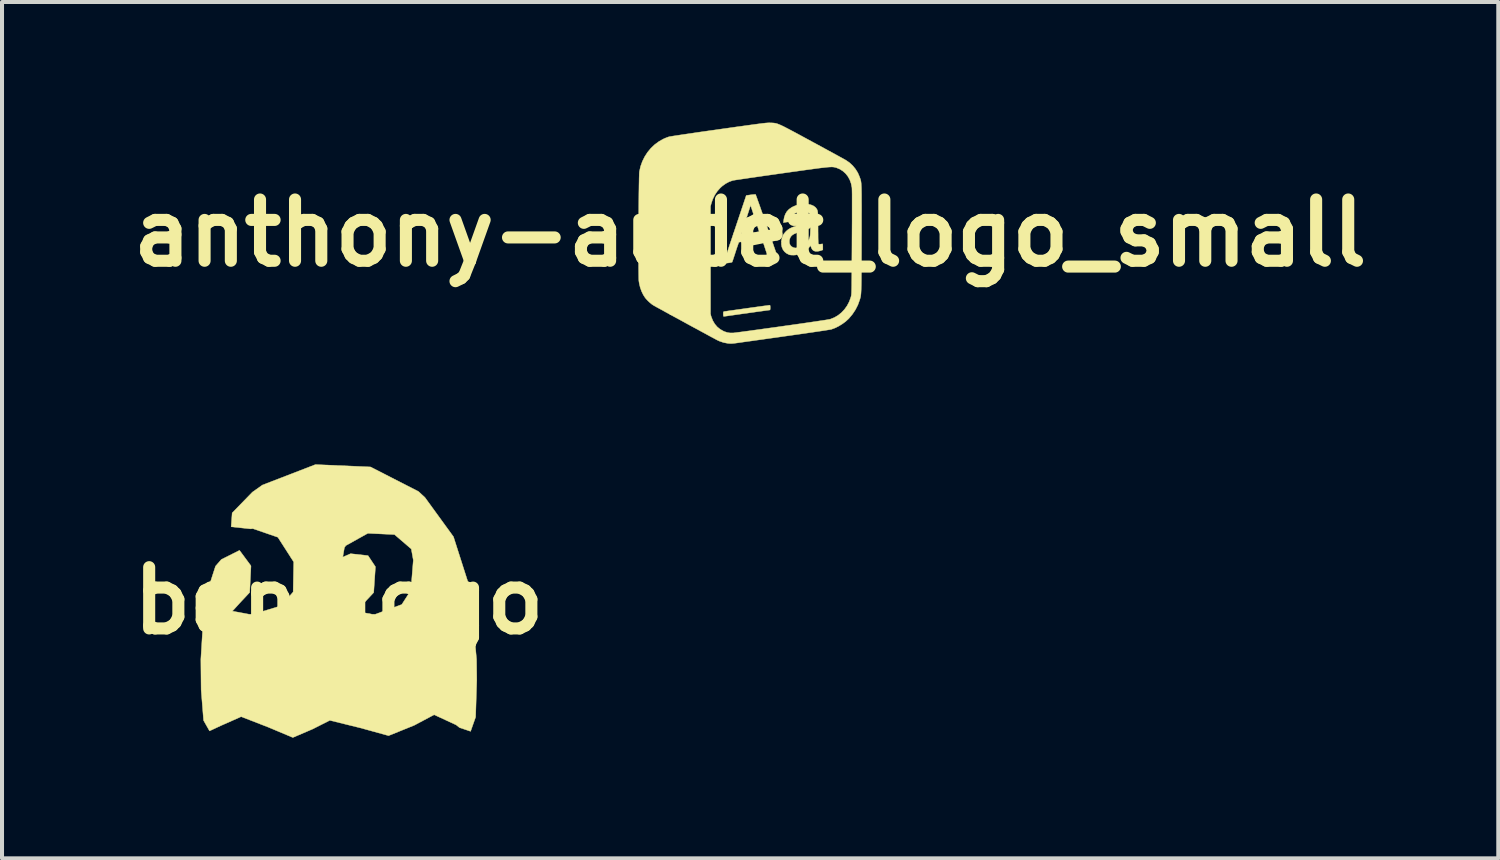
<source format=kicad_pcb>
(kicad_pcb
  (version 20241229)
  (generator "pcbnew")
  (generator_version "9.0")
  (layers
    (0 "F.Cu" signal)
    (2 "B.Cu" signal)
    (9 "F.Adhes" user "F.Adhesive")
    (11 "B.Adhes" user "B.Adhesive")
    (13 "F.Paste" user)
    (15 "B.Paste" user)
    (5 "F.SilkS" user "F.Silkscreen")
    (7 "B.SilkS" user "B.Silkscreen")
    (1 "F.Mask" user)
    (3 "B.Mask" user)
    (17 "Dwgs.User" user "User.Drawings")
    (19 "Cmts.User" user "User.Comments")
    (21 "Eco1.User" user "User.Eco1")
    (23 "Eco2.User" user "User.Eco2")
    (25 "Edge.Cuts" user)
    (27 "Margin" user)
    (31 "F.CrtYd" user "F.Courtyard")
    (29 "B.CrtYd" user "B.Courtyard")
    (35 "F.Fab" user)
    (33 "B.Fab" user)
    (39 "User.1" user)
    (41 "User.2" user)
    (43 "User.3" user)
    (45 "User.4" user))
  (footprint "anthony-audet_logo_small"
    (layer "F.Cu")
    (at 15.61 2.747)
    (property "Reference" "anthony-audet_logo_small" (at 0 0 0) (layer "F.SilkS") (effects (font (size 1.524 1.524) (thickness 0.3))))
    (attr through_hole)
    (fp_poly (pts (xy 0.493 1.797) (xy 0.497 1.807) (xy 0.499 1.828) (xy 0.5 1.854) (xy 0.499 1.883) (xy 0.496 1.905) (xy 0.493 1.913) (xy 0.493 1.913) (xy 0.484 1.915) (xy 0.459 1.918) (xy 0.42 1.923) (xy 0.369 1.93) (xy 0.307 1.939) (xy 0.234 1.949) (xy 0.153 1.96) (xy 0.065 1.973) (xy -0.028 1.986) (xy -0.085 1.994) (xy -0.181 2.007) (xy -0.272 2.02) (xy -0.357 2.032) (xy -0.434 2.043) (xy -0.502 2.052) (xy -0.559 2.061) (xy -0.604 2.067) (xy -0.636 2.071) (xy -0.654 2.074) (xy -0.657 2.074) (xy -0.662 2.07) (xy -0.663 2.069) (xy -0.666 2.058) (xy -0.668 2.035) (xy -0.669 2.01) (xy -0.668 1.981) (xy -0.666 1.965) (xy -0.66 1.957) (xy -0.648 1.953) (xy -0.646 1.952) (xy -0.632 1.95) (xy -0.604 1.946) (xy -0.563 1.94) (xy -0.51 1.932) (xy -0.448 1.924) (xy -0.378 1.914) (xy -0.301 1.903) (xy -0.22 1.892) (xy -0.136 1.88) (xy -0.051 1.868) (xy 0.033 1.856) (xy 0.115 1.845) (xy 0.193 1.834) (xy 0.265 1.824) (xy 0.33 1.815) (xy 0.386 1.808) (xy 0.431 1.802) (xy 0.464 1.797) (xy 0.482 1.795) (xy 0.485 1.795) (xy 0.493 1.797)) (stroke (width 0.01) (type solid)) (fill yes) (layer "F.SilkS"))
    (fp_poly (pts (xy 0.135 -0.96) (xy 0.136 -0.959) (xy 0.139 -0.95) (xy 0.148 -0.927) (xy 0.162 -0.89) (xy 0.179 -0.841) (xy 0.2 -0.782) (xy 0.225 -0.713) (xy 0.252 -0.637) (xy 0.281 -0.553) (xy 0.312 -0.465) (xy 0.345 -0.373) (xy 0.378 -0.279) (xy 0.411 -0.183) (xy 0.445 -0.087) (xy 0.478 0.006) (xy 0.509 0.097) (xy 0.54 0.184) (xy 0.568 0.265) (xy 0.593 0.339) (xy 0.616 0.405) (xy 0.635 0.461) (xy 0.651 0.506) (xy 0.662 0.539) (xy 0.668 0.558) (xy 0.669 0.563) (xy 0.662 0.568) (xy 0.643 0.574) (xy 0.608 0.581) (xy 0.558 0.588) (xy 0.517 0.593) (xy 0.482 0.597) (xy 0.458 0.6) (xy 0.446 0.6) (xy 0.445 0.6) (xy 0.442 0.591) (xy 0.434 0.569) (xy 0.423 0.534) (xy 0.408 0.49) (xy 0.391 0.437) (xy 0.372 0.379) (xy 0.369 0.37) (xy 0.347 0.303) (xy 0.33 0.251) (xy 0.317 0.212) (xy 0.306 0.183) (xy 0.298 0.164) (xy 0.291 0.153) (xy 0.286 0.147) (xy 0.28 0.146) (xy 0.277 0.147) (xy 0.264 0.149) (xy 0.237 0.153) (xy 0.197 0.159) (xy 0.147 0.166) (xy 0.089 0.174) (xy 0.025 0.183) (xy -0.007 0.187) (xy -0.072 0.196) (xy -0.132 0.205) (xy -0.184 0.213) (xy -0.227 0.219) (xy -0.258 0.224) (xy -0.276 0.228) (xy -0.279 0.229) (xy -0.284 0.238) (xy -0.293 0.261) (xy -0.305 0.296) (xy -0.321 0.341) (xy -0.339 0.394) (xy -0.358 0.454) (xy -0.365 0.474) (xy -0.384 0.535) (xy -0.403 0.591) (xy -0.419 0.64) (xy -0.432 0.679) (xy -0.442 0.707) (xy -0.448 0.722) (xy -0.449 0.723) (xy -0.46 0.728) (xy -0.483 0.733) (xy -0.514 0.739) (xy -0.55 0.744) (xy -0.586 0.748) (xy -0.618 0.751) (xy -0.643 0.752) (xy -0.658 0.751) (xy -0.66 0.75) (xy -0.657 0.741) (xy -0.649 0.717) (xy -0.637 0.679) (xy -0.62 0.628) (xy -0.599 0.565) (xy -0.575 0.492) (xy -0.547 0.409) (xy -0.517 0.317) (xy -0.484 0.218) (xy -0.448 0.112) (xy -0.417 0.019) (xy -0.219 0.019) (xy -0.217 0.022) (xy -0.211 0.024) (xy -0.199 0.024) (xy -0.179 0.022) (xy -0.149 0.019) (xy -0.107 0.013) (xy -0.053 0.006) (xy 0.016 -0.004) (xy 0.073 -0.012) (xy 0.124 -0.019) (xy 0.167 -0.026) (xy 0.199 -0.031) (xy 0.219 -0.034) (xy 0.224 -0.035) (xy 0.222 -0.044) (xy 0.215 -0.066) (xy 0.204 -0.102) (xy 0.189 -0.148) (xy 0.171 -0.204) (xy 0.15 -0.267) (xy 0.128 -0.336) (xy 0.118 -0.364) (xy 0.011 -0.69) (xy -0.084 -0.398) (xy -0.107 -0.328) (xy -0.128 -0.261) (xy -0.148 -0.2) (xy -0.166 -0.145) (xy -0.18 -0.1) (xy -0.191 -0.068) (xy -0.196 -0.051) (xy -0.206 -0.021) (xy -0.214 0.002) (xy -0.218 0.015) (xy -0.219 0.019) (xy -0.417 0.019) (xy -0.411 0.002) (xy -0.378 -0.097) (xy -0.097 -0.935) (xy 0.016 -0.951) (xy 0.058 -0.956) (xy 0.094 -0.959) (xy 0.121 -0.961) (xy 0.135 -0.96)) (stroke (width 0.01) (type solid)) (fill yes) (layer "F.SilkS"))
    (fp_poly (pts (xy 1.446 -0.717) (xy 1.513 -0.702) (xy 1.571 -0.678) (xy 1.617 -0.646) (xy 1.634 -0.629) (xy 1.646 -0.613) (xy 1.656 -0.598) (xy 1.665 -0.583) (xy 1.672 -0.565) (xy 1.677 -0.543) (xy 1.682 -0.515) (xy 1.685 -0.48) (xy 1.687 -0.437) (xy 1.688 -0.383) (xy 1.689 -0.317) (xy 1.689 -0.238) (xy 1.689 -0.143) (xy 1.689 -0.127) (xy 1.689 -0.048) (xy 1.69 0.027) (xy 1.69 0.095) (xy 1.691 0.154) (xy 1.693 0.203) (xy 1.694 0.239) (xy 1.695 0.262) (xy 1.697 0.27) (xy 1.71 0.276) (xy 1.736 0.278) (xy 1.771 0.274) (xy 1.795 0.269) (xy 1.801 0.271) (xy 1.805 0.28) (xy 1.807 0.301) (xy 1.808 0.335) (xy 1.808 0.343) (xy 1.808 0.419) (xy 1.766 0.434) (xy 1.733 0.444) (xy 1.694 0.452) (xy 1.672 0.455) (xy 1.62 0.454) (xy 1.578 0.439) (xy 1.546 0.411) (xy 1.523 0.369) (xy 1.515 0.345) (xy 1.506 0.312) (xy 1.467 0.356) (xy 1.396 0.423) (xy 1.316 0.478) (xy 1.23 0.519) (xy 1.173 0.537) (xy 1.128 0.546) (xy 1.078 0.549) (xy 1.03 0.548) (xy 0.988 0.543) (xy 0.972 0.539) (xy 0.908 0.507) (xy 0.856 0.465) (xy 0.816 0.412) (xy 0.789 0.349) (xy 0.776 0.279) (xy 0.777 0.214) (xy 0.974 0.214) (xy 0.98 0.262) (xy 0.999 0.303) (xy 1.03 0.336) (xy 1.07 0.358) (xy 1.074 0.359) (xy 1.101 0.367) (xy 1.121 0.371) (xy 1.141 0.37) (xy 1.167 0.365) (xy 1.193 0.36) (xy 1.263 0.336) (xy 1.329 0.301) (xy 1.387 0.258) (xy 1.434 0.207) (xy 1.468 0.152) (xy 1.474 0.138) (xy 1.482 0.112) (xy 1.488 0.085) (xy 1.493 0.051) (xy 1.496 0.006) (xy 1.497 -0.025) (xy 1.501 -0.138) (xy 1.476 -0.12) (xy 1.451 -0.105) (xy 1.417 -0.09) (xy 1.373 -0.073) (xy 1.316 -0.055) (xy 1.259 -0.038) (xy 1.186 -0.015) (xy 1.128 0.007) (xy 1.083 0.028) (xy 1.048 0.051) (xy 1.022 0.076) (xy 1.002 0.104) (xy 0.999 0.11) (xy 0.979 0.163) (xy 0.974 0.214) (xy 0.777 0.214) (xy 0.777 0.202) (xy 0.779 0.188) (xy 0.792 0.122) (xy 0.811 0.067) (xy 0.84 0.019) (xy 0.873 -0.021) (xy 0.903 -0.052) (xy 0.934 -0.078) (xy 0.966 -0.101) (xy 1.002 -0.121) (xy 1.045 -0.141) (xy 1.097 -0.16) (xy 1.159 -0.18) (xy 1.235 -0.202) (xy 1.287 -0.216) (xy 1.344 -0.232) (xy 1.388 -0.244) (xy 1.42 -0.255) (xy 1.442 -0.265) (xy 1.458 -0.274) (xy 1.47 -0.286) (xy 1.481 -0.299) (xy 1.483 -0.302) (xy 1.494 -0.331) (xy 1.499 -0.369) (xy 1.499 -0.41) (xy 1.493 -0.45) (xy 1.481 -0.48) (xy 1.479 -0.483) (xy 1.454 -0.512) (xy 1.42 -0.531) (xy 1.376 -0.542) (xy 1.321 -0.545) (xy 1.243 -0.538) (xy 1.175 -0.521) (xy 1.118 -0.492) (xy 1.073 -0.453) (xy 1.04 -0.406) (xy 1.021 -0.349) (xy 1.019 -0.336) (xy 1.014 -0.311) (xy 1.006 -0.295) (xy 0.99 -0.285) (xy 0.963 -0.279) (xy 0.936 -0.276) (xy 0.902 -0.272) (xy 0.871 -0.267) (xy 0.856 -0.265) (xy 0.827 -0.26) (xy 0.833 -0.31) (xy 0.849 -0.397) (xy 0.876 -0.472) (xy 0.914 -0.536) (xy 0.965 -0.59) (xy 1.03 -0.636) (xy 1.057 -0.651) (xy 1.119 -0.679) (xy 1.177 -0.699) (xy 1.239 -0.713) (xy 1.29 -0.72) (xy 1.371 -0.723) (xy 1.446 -0.717)) (stroke (width 0.01) (type solid)) (fill yes) (layer "F.SilkS"))
    (fp_poly (pts (xy 0.497 -2.741) (xy 0.512 -2.741) (xy 0.539 -2.74) (xy 0.564 -2.739) (xy 0.587 -2.737) (xy 0.61 -2.734) (xy 0.633 -2.73) (xy 0.658 -2.724) (xy 0.685 -2.715) (xy 0.715 -2.703) (xy 0.75 -2.689) (xy 0.791 -2.67) (xy 0.837 -2.648) (xy 0.891 -2.62) (xy 0.953 -2.588) (xy 1.025 -2.55) (xy 1.106 -2.507) (xy 1.199 -2.457) (xy 1.304 -2.4) (xy 1.422 -2.336) (xy 1.538 -2.273) (xy 1.645 -2.215) (xy 1.749 -2.159) (xy 1.849 -2.104) (xy 1.944 -2.052) (xy 2.033 -2.004) (xy 2.114 -1.96) (xy 2.187 -1.92) (xy 2.25 -1.885) (xy 2.302 -1.857) (xy 2.342 -1.834) (xy 2.369 -1.819) (xy 2.379 -1.814) (xy 2.469 -1.752) (xy 2.55 -1.677) (xy 2.62 -1.592) (xy 2.678 -1.499) (xy 2.719 -1.405) (xy 2.726 -1.386) (xy 2.732 -1.368) (xy 2.738 -1.352) (xy 2.743 -1.337) (xy 2.748 -1.321) (xy 2.752 -1.303) (xy 2.756 -1.284) (xy 2.759 -1.261) (xy 2.762 -1.235) (xy 2.764 -1.204) (xy 2.766 -1.168) (xy 2.768 -1.125) (xy 2.769 -1.075) (xy 2.77 -1.017) (xy 2.771 -0.951) (xy 2.771 -0.875) (xy 2.771 -0.788) (xy 2.772 -0.69) (xy 2.772 -0.58) (xy 2.771 -0.456) (xy 2.771 -0.319) (xy 2.771 -0.167) (xy 2.771 0.000041) (xy 2.77 0.123) (xy 2.77 0.303) (xy 2.77 0.467) (xy 2.769 0.615) (xy 2.769 0.749) (xy 2.768 0.87) (xy 2.768 0.978) (xy 2.767 1.074) (xy 2.767 1.158) (xy 2.766 1.233) (xy 2.765 1.298) (xy 2.763 1.355) (xy 2.762 1.403) (xy 2.76 1.445) (xy 2.758 1.481) (xy 2.756 1.512) (xy 2.753 1.538) (xy 2.75 1.561) (xy 2.747 1.581) (xy 2.743 1.599) (xy 2.739 1.616) (xy 2.734 1.632) (xy 2.729 1.65) (xy 2.725 1.662) (xy 2.68 1.787) (xy 2.619 1.907) (xy 2.544 2.02) (xy 2.458 2.123) (xy 2.443 2.138) (xy 2.373 2.202) (xy 2.292 2.261) (xy 2.206 2.314) (xy 2.119 2.358) (xy 2.034 2.39) (xy 2.015 2.396) (xy 1.998 2.399) (xy 1.966 2.405) (xy 1.919 2.412) (xy 1.859 2.422) (xy 1.787 2.433) (xy 1.703 2.445) (xy 1.61 2.459) (xy 1.508 2.474) (xy 1.398 2.49) (xy 1.282 2.507) (xy 1.16 2.524) (xy 1.034 2.542) (xy 0.986 2.549) (xy 0.855 2.567) (xy 0.725 2.586) (xy 0.597 2.604) (xy 0.473 2.621) (xy 0.354 2.638) (xy 0.242 2.654) (xy 0.138 2.668) (xy 0.044 2.682) (xy -0.04 2.693) (xy -0.111 2.703) (xy -0.168 2.711) (xy -0.21 2.717) (xy -0.215 2.718) (xy -0.286 2.728) (xy -0.344 2.736) (xy -0.39 2.742) (xy -0.426 2.746) (xy -0.456 2.748) (xy -0.481 2.749) (xy -0.504 2.748) (xy -0.527 2.746) (xy -0.554 2.744) (xy -0.56 2.743) (xy -0.663 2.723) (xy -0.765 2.688) (xy -0.825 2.66) (xy -0.849 2.647) (xy -0.886 2.627) (xy -0.934 2.601) (xy -0.993 2.57) (xy -1.06 2.533) (xy -1.135 2.492) (xy -1.217 2.448) (xy -1.304 2.4) (xy -1.396 2.351) (xy -1.49 2.3) (xy -1.585 2.248) (xy -1.681 2.195) (xy -1.776 2.143) (xy -1.869 2.093) (xy -1.959 2.044) (xy -2.044 1.997) (xy -2.123 1.954) (xy -2.195 1.914) (xy -2.259 1.879) (xy -2.313 1.85) (xy -2.356 1.826) (xy -2.387 1.808) (xy -2.405 1.798) (xy -2.408 1.797) (xy -2.45 1.768) (xy -2.497 1.729) (xy -2.544 1.685) (xy -2.587 1.639) (xy -2.612 1.609) (xy -2.659 1.536) (xy -2.7 1.451) (xy -2.734 1.357) (xy -2.758 1.258) (xy -2.768 1.194) (xy -2.77 1.172) (xy -2.771 1.136) (xy -2.772 1.084) (xy -2.773 1.019) (xy -2.774 0.943) (xy -2.775 0.855) (xy -2.775 0.757) (xy -2.776 0.651) (xy -2.776 0.537) (xy -2.776 0.417) (xy -2.776 0.292) (xy -2.775 0.163) (xy -2.775 0.031) (xy -2.774 -0.103) (xy -2.774 -0.238) (xy -2.773 -0.371) (xy -2.772 -0.503) (xy -2.771 -0.633) (xy -2.771 -0.665) (xy -0.986 -0.665) (xy -0.986 2.019) (xy -0.967 2.083) (xy -0.929 2.179) (xy -0.879 2.263) (xy -0.818 2.335) (xy -0.745 2.394) (xy -0.66 2.442) (xy -0.636 2.452) (xy -0.569 2.474) (xy -0.5 2.485) (xy -0.428 2.485) (xy -0.411 2.484) (xy -0.379 2.48) (xy -0.332 2.474) (xy -0.271 2.466) (xy -0.198 2.457) (xy -0.113 2.445) (xy -0.018 2.433) (xy 0.087 2.418) (xy 0.2 2.403) (xy 0.321 2.386) (xy 0.448 2.368) (xy 0.581 2.35) (xy 0.718 2.331) (xy 0.792 2.32) (xy 0.965 2.296) (xy 1.127 2.273) (xy 1.276 2.252) (xy 1.413 2.232) (xy 1.536 2.214) (xy 1.646 2.198) (xy 1.742 2.183) (xy 1.824 2.171) (xy 1.89 2.161) (xy 1.941 2.152) (xy 1.977 2.146) (xy 1.996 2.142) (xy 1.997 2.141) (xy 2.096 2.101) (xy 2.189 2.046) (xy 2.273 1.978) (xy 2.348 1.898) (xy 2.412 1.808) (xy 2.464 1.709) (xy 2.503 1.602) (xy 2.507 1.587) (xy 2.51 1.578) (xy 2.512 1.569) (xy 2.514 1.559) (xy 2.516 1.547) (xy 2.518 1.533) (xy 2.519 1.516) (xy 2.521 1.494) (xy 2.522 1.468) (xy 2.523 1.435) (xy 2.524 1.396) (xy 2.525 1.35) (xy 2.526 1.295) (xy 2.526 1.231) (xy 2.527 1.157) (xy 2.528 1.073) (xy 2.529 0.976) (xy 2.529 0.868) (xy 2.53 0.745) (xy 2.531 0.609) (xy 2.532 0.458) (xy 2.533 0.291) (xy 2.533 0.229) (xy 2.534 0.034) (xy 2.535 -0.144) (xy 2.536 -0.306) (xy 2.536 -0.452) (xy 2.536 -0.583) (xy 2.536 -0.699) (xy 2.536 -0.801) (xy 2.536 -0.888) (xy 2.536 -0.962) (xy 2.535 -1.022) (xy 2.534 -1.07) (xy 2.533 -1.105) (xy 2.532 -1.128) (xy 2.531 -1.135) (xy 2.511 -1.233) (xy 2.478 -1.325) (xy 2.432 -1.408) (xy 2.375 -1.48) (xy 2.307 -1.541) (xy 2.231 -1.59) (xy 2.146 -1.625) (xy 2.124 -1.631) (xy 2.109 -1.635) (xy 2.094 -1.638) (xy 2.078 -1.641) (xy 2.06 -1.643) (xy 2.04 -1.644) (xy 2.017 -1.644) (xy 1.989 -1.643) (xy 1.956 -1.641) (xy 1.917 -1.638) (xy 1.872 -1.633) (xy 1.819 -1.627) (xy 1.757 -1.62) (xy 1.685 -1.611) (xy 1.604 -1.6) (xy 1.511 -1.587) (xy 1.406 -1.573) (xy 1.289 -1.557) (xy 1.157 -1.538) (xy 1.012 -1.518) (xy 0.85 -1.495) (xy 0.763 -1.483) (xy 0.624 -1.463) (xy 0.49 -1.444) (xy 0.361 -1.426) (xy 0.238 -1.408) (xy 0.122 -1.391) (xy 0.015 -1.376) (xy -0.084 -1.361) (xy -0.172 -1.348) (xy -0.25 -1.337) (xy -0.315 -1.327) (xy -0.367 -1.319) (xy -0.404 -1.313) (xy -0.427 -1.309) (xy -0.432 -1.308) (xy -0.52 -1.277) (xy -0.607 -1.231) (xy -0.691 -1.171) (xy -0.74 -1.127) (xy -0.817 -1.041) (xy -0.881 -0.945) (xy -0.932 -0.839) (xy -0.964 -0.746) (xy -0.986 -0.665) (xy -2.771 -0.665) (xy -2.77 -0.757) (xy -2.769 -0.877) (xy -2.768 -0.991) (xy -2.766 -1.096) (xy -2.765 -1.193) (xy -2.763 -1.28) (xy -2.762 -1.357) (xy -2.76 -1.42) (xy -2.759 -1.471) (xy -2.757 -1.507) (xy -2.755 -1.527) (xy -2.755 -1.528) (xy -2.726 -1.658) (xy -2.681 -1.783) (xy -2.623 -1.9) (xy -2.552 -2.01) (xy -2.469 -2.11) (xy -2.376 -2.199) (xy -2.272 -2.276) (xy -2.164 -2.337) (xy -2.121 -2.357) (xy -2.076 -2.375) (xy -2.034 -2.39) (xy -2.015 -2.396) (xy -1.999 -2.399) (xy -1.968 -2.404) (xy -1.921 -2.412) (xy -1.861 -2.421) (xy -1.788 -2.432) (xy -1.704 -2.445) (xy -1.609 -2.459) (xy -1.504 -2.474) (xy -1.39 -2.491) (xy -1.269 -2.509) (xy -1.142 -2.527) (xy -1.009 -2.546) (xy -0.871 -2.565) (xy -0.775 -2.579) (xy -0.611 -2.602) (xy -0.462 -2.623) (xy -0.329 -2.642) (xy -0.21 -2.658) (xy -0.104 -2.673) (xy -0.01 -2.686) (xy 0.072 -2.697) (xy 0.144 -2.707) (xy 0.206 -2.715) (xy 0.259 -2.722) (xy 0.305 -2.728) (xy 0.344 -2.732) (xy 0.377 -2.736) (xy 0.404 -2.738) (xy 0.428 -2.74) (xy 0.448 -2.741) (xy 0.465 -2.742) (xy 0.482 -2.742) (xy 0.497 -2.741)) (stroke (width 0.01) (type solid)) (fill yes) (layer "F.SilkS")))
  (footprint "ben_logo"
    (layer "F.Cu")
    (at 5.378 11.893)
    (property "Reference" "ben_logo" (at 0 0 0) (layer "F.SilkS") (effects (font (size 1.524 1.524) (thickness 0.3))))
    (attr through_hole)
    (fp_poly (pts (xy 0.788 -3.328) (xy 1.982 -2.717) (xy 2.142 -2.569) (xy 2.852 -1.592) (xy 3.265 -0.3) (xy 3.426 1.458) (xy 3.432 1.973) (xy 3.403 2.894) (xy 3.278 3.249) (xy 3.002 3.156) (xy 2.918 3.089) (xy 2.371 2.836) (xy 1.878 3.098) (xy 1.238 3.357) (xy 0.547 3.166) (xy -0.224 2.976) (xy -0.653 3.193) (xy -1.143 3.403) (xy -1.752 3.147) (xy -2.429 2.884) (xy -2.944 3.112) (xy -3.216 3.239) (xy -3.364 2.978) (xy -3.425 2.213) (xy -3.432 1.457) (xy -3.343 -0.007) (xy -3.067 -0.86) (xy -2.922 -1.026) (xy -2.47 -1.253) (xy -2.191 -0.876) (xy -2.185 -0.862) (xy -2.217 -0.207) (xy -2.438 0.029) (xy -2.648 0.259) (xy -2.232 0.337) (xy -2.134 0.338) (xy -1.431 0.123) (xy -1.136 -0.218) (xy -1.122 -0.965) (xy -1.199 -1.085) (xy 0.098 -1.085) (xy 0.293 -1.17) (xy 0.727 -1.122) (xy 0.911 -0.845) (xy 0.868 -0.204) (xy 0.651 0.029) (xy 0.427 0.262) (xy 0.832 0.337) (xy 0.904 0.338) (xy 1.566 0.094) (xy 1.792 -0.257) (xy 1.853 -1.01) (xy 1.803 -1.287) (xy 1.385 -1.646) (xy 0.722 -1.677) (xy 0.175 -1.372) (xy 0.139 -1.32) (xy 0.098 -1.085) (xy -1.199 -1.085) (xy -1.516 -1.579) (xy -2.14 -1.794) (xy -2.191 -1.787) (xy -2.678 -1.839) (xy -2.653 -2.184) (xy -2.15 -2.701) (xy -1.9 -2.878) (xy -0.581 -3.387) (xy 0.788 -3.328)) (stroke (width 0.01) (type solid)) (fill yes) (layer "F.SilkS")))
  (gr_rect
    (start -3 -3)
    (end 34.22 18.301)
    (stroke (width 0.1) (type default))
    (fill no)
    (layer "Edge.Cuts")))
</source>
